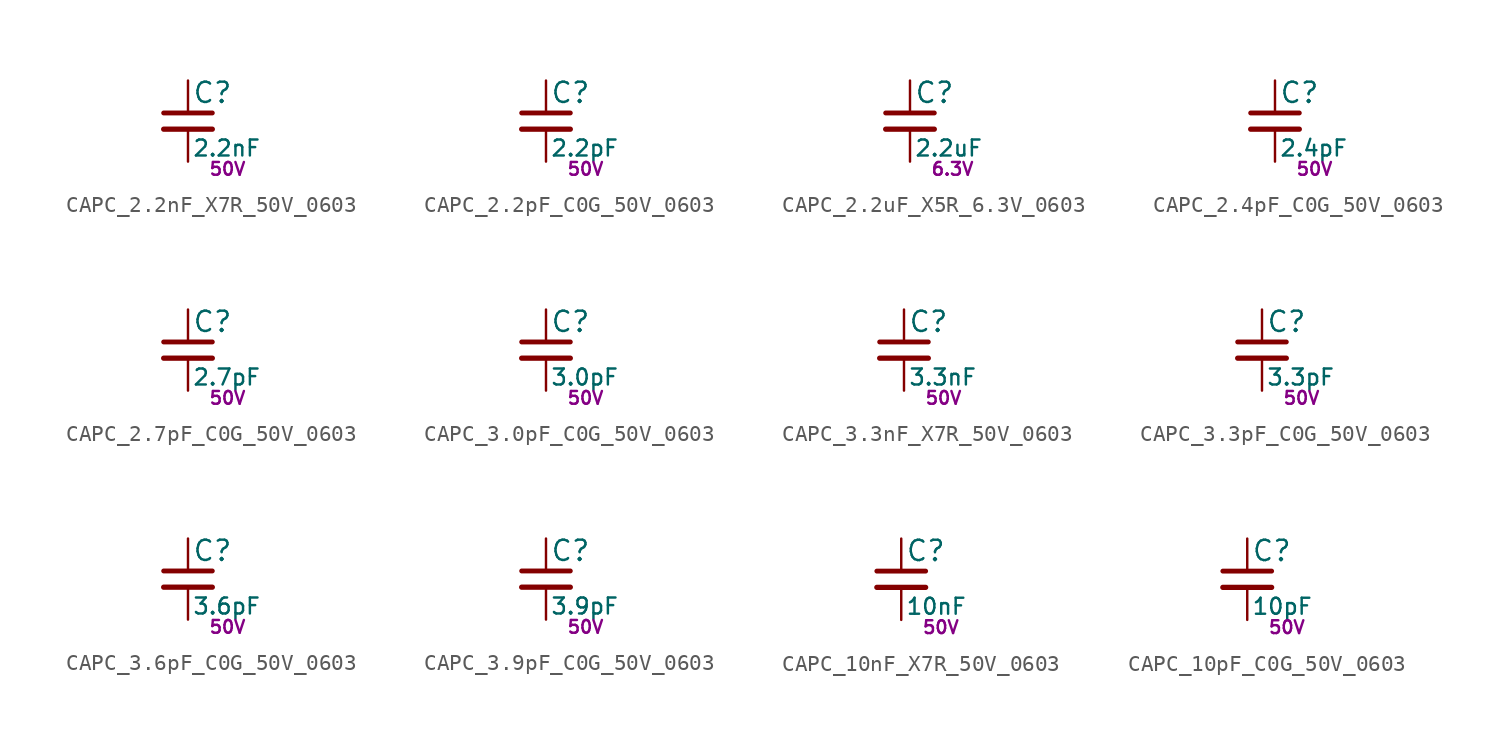
<source format=kicad_sym>
(kicad_symbol_lib
  (version 20211014)
  (generator kicad_LibGenerator)
  (symbol "CAPC_2.2nF_X7R_50V_0603"
    (pin_numbers hide)
    (pin_names
      (offset 0.254) hide)
    (property "Reference" "C"
      (at 0.254 1.778 0)
      (effects (font (size 1.27 1.27)) (justify left)))
    (property "Value" "2.2nF"
      (at 0.254 -1.7 0)
      (effects (font (size 1 1)) (justify left)))
    (property "Voltage" "50V"
      (at 1.27 -3 0)
      (effects (font (size 0.8 0.8)) (justify left)))
    (symbol "CAPC_2.2nF_X7R_50V_0603_0_1"
      (polyline (pts (xy -1.524 -0.508) (xy 1.524 -0.508)) (stroke (width 0.33) (type default) (color 0 0 0 0)) (fill (type none)))
      (polyline (pts (xy -1.524 0.508) (xy 1.524 0.508)) (stroke (width 0.305) (type default) (color 0 0 0 0)) (fill (type none))))
    (symbol "CAPC_2.2nF_X7R_50V_0603_1_1"
      (pin passive line (at 0 2.54 270) (length 2.032) (name "~" (effects (font (size 1.27 1.27)))) (number "1" (effects (font (size 1.27 1.27)))))
      (pin passive line (at 0 -2.54 90) (length 2.032) (name "~" (effects (font (size 1.27 1.27)))) (number "2" (effects (font (size 1.27 1.27)))))))
  (symbol "CAPC_2.2pF_C0G_50V_0603"
    (pin_numbers hide)
    (pin_names
      (offset 0.254) hide)
    (property "Reference" "C"
      (at 0.254 1.778 0)
      (effects (font (size 1.27 1.27)) (justify left)))
    (property "Value" "2.2pF"
      (at 0.254 -1.7 0)
      (effects (font (size 1 1)) (justify left)))
    (property "Voltage" "50V"
      (at 1.27 -3 0)
      (effects (font (size 0.8 0.8)) (justify left)))
    (symbol "CAPC_2.2pF_C0G_50V_0603_0_1"
      (polyline (pts (xy -1.524 -0.508) (xy 1.524 -0.508)) (stroke (width 0.33) (type default) (color 0 0 0 0)) (fill (type none)))
      (polyline (pts (xy -1.524 0.508) (xy 1.524 0.508)) (stroke (width 0.305) (type default) (color 0 0 0 0)) (fill (type none))))
    (symbol "CAPC_2.2pF_C0G_50V_0603_1_1"
      (pin passive line (at 0 2.54 270) (length 2.032) (name "~" (effects (font (size 1.27 1.27)))) (number "1" (effects (font (size 1.27 1.27)))))
      (pin passive line (at 0 -2.54 90) (length 2.032) (name "~" (effects (font (size 1.27 1.27)))) (number "2" (effects (font (size 1.27 1.27)))))))
  (symbol "CAPC_2.2uF_X5R_6.3V_0603"
    (pin_numbers hide)
    (pin_names
      (offset 0.254) hide)
    (property "Reference" "C"
      (at 0.254 1.778 0)
      (effects (font (size 1.27 1.27)) (justify left)))
    (property "Value" "2.2uF"
      (at 0.254 -1.7 0)
      (effects (font (size 1 1)) (justify left)))
    (property "Voltage" "6.3V"
      (at 1.27 -3 0)
      (effects (font (size 0.8 0.8)) (justify left)))
    (symbol "CAPC_2.2uF_X5R_6.3V_0603_0_1"
      (polyline (pts (xy -1.524 -0.508) (xy 1.524 -0.508)) (stroke (width 0.33) (type default) (color 0 0 0 0)) (fill (type none)))
      (polyline (pts (xy -1.524 0.508) (xy 1.524 0.508)) (stroke (width 0.305) (type default) (color 0 0 0 0)) (fill (type none))))
    (symbol "CAPC_2.2uF_X5R_6.3V_0603_1_1"
      (pin passive line (at 0 2.54 270) (length 2.032) (name "~" (effects (font (size 1.27 1.27)))) (number "1" (effects (font (size 1.27 1.27)))))
      (pin passive line (at 0 -2.54 90) (length 2.032) (name "~" (effects (font (size 1.27 1.27)))) (number "2" (effects (font (size 1.27 1.27)))))))
  (symbol "CAPC_2.4pF_C0G_50V_0603"
    (pin_numbers hide)
    (pin_names
      (offset 0.254) hide)
    (property "Reference" "C"
      (at 0.254 1.778 0)
      (effects (font (size 1.27 1.27)) (justify left)))
    (property "Value" "2.4pF"
      (at 0.254 -1.7 0)
      (effects (font (size 1 1)) (justify left)))
    (property "Voltage" "50V"
      (at 1.27 -3 0)
      (effects (font (size 0.8 0.8)) (justify left)))
    (symbol "CAPC_2.4pF_C0G_50V_0603_0_1"
      (polyline (pts (xy -1.524 -0.508) (xy 1.524 -0.508)) (stroke (width 0.33) (type default) (color 0 0 0 0)) (fill (type none)))
      (polyline (pts (xy -1.524 0.508) (xy 1.524 0.508)) (stroke (width 0.305) (type default) (color 0 0 0 0)) (fill (type none))))
    (symbol "CAPC_2.4pF_C0G_50V_0603_1_1"
      (pin passive line (at 0 2.54 270) (length 2.032) (name "~" (effects (font (size 1.27 1.27)))) (number "1" (effects (font (size 1.27 1.27)))))
      (pin passive line (at 0 -2.54 90) (length 2.032) (name "~" (effects (font (size 1.27 1.27)))) (number "2" (effects (font (size 1.27 1.27)))))))
  (symbol "CAPC_2.7pF_C0G_50V_0603"
    (pin_numbers hide)
    (pin_names
      (offset 0.254) hide)
    (property "Reference" "C"
      (at 0.254 1.778 0)
      (effects (font (size 1.27 1.27)) (justify left)))
    (property "Value" "2.7pF"
      (at 0.254 -1.7 0)
      (effects (font (size 1 1)) (justify left)))
    (property "Voltage" "50V"
      (at 1.27 -3 0)
      (effects (font (size 0.8 0.8)) (justify left)))
    (symbol "CAPC_2.7pF_C0G_50V_0603_0_1"
      (polyline (pts (xy -1.524 -0.508) (xy 1.524 -0.508)) (stroke (width 0.33) (type default) (color 0 0 0 0)) (fill (type none)))
      (polyline (pts (xy -1.524 0.508) (xy 1.524 0.508)) (stroke (width 0.305) (type default) (color 0 0 0 0)) (fill (type none))))
    (symbol "CAPC_2.7pF_C0G_50V_0603_1_1"
      (pin passive line (at 0 2.54 270) (length 2.032) (name "~" (effects (font (size 1.27 1.27)))) (number "1" (effects (font (size 1.27 1.27)))))
      (pin passive line (at 0 -2.54 90) (length 2.032) (name "~" (effects (font (size 1.27 1.27)))) (number "2" (effects (font (size 1.27 1.27)))))))
  (symbol "CAPC_3.0pF_C0G_50V_0603"
    (pin_numbers hide)
    (pin_names
      (offset 0.254) hide)
    (property "Reference" "C"
      (at 0.254 1.778 0)
      (effects (font (size 1.27 1.27)) (justify left)))
    (property "Value" "3.0pF"
      (at 0.254 -1.7 0)
      (effects (font (size 1 1)) (justify left)))
    (property "Voltage" "50V"
      (at 1.27 -3 0)
      (effects (font (size 0.8 0.8)) (justify left)))
    (symbol "CAPC_3.0pF_C0G_50V_0603_0_1"
      (polyline (pts (xy -1.524 -0.508) (xy 1.524 -0.508)) (stroke (width 0.33) (type default) (color 0 0 0 0)) (fill (type none)))
      (polyline (pts (xy -1.524 0.508) (xy 1.524 0.508)) (stroke (width 0.305) (type default) (color 0 0 0 0)) (fill (type none))))
    (symbol "CAPC_3.0pF_C0G_50V_0603_1_1"
      (pin passive line (at 0 2.54 270) (length 2.032) (name "~" (effects (font (size 1.27 1.27)))) (number "1" (effects (font (size 1.27 1.27)))))
      (pin passive line (at 0 -2.54 90) (length 2.032) (name "~" (effects (font (size 1.27 1.27)))) (number "2" (effects (font (size 1.27 1.27)))))))
  (symbol "CAPC_3.3nF_X7R_50V_0603"
    (pin_numbers hide)
    (pin_names
      (offset 0.254) hide)
    (property "Reference" "C"
      (at 0.254 1.778 0)
      (effects (font (size 1.27 1.27)) (justify left)))
    (property "Value" "3.3nF"
      (at 0.254 -1.7 0)
      (effects (font (size 1 1)) (justify left)))
    (property "Voltage" "50V"
      (at 1.27 -3 0)
      (effects (font (size 0.8 0.8)) (justify left)))
    (symbol "CAPC_3.3nF_X7R_50V_0603_0_1"
      (polyline (pts (xy -1.524 -0.508) (xy 1.524 -0.508)) (stroke (width 0.33) (type default) (color 0 0 0 0)) (fill (type none)))
      (polyline (pts (xy -1.524 0.508) (xy 1.524 0.508)) (stroke (width 0.305) (type default) (color 0 0 0 0)) (fill (type none))))
    (symbol "CAPC_3.3nF_X7R_50V_0603_1_1"
      (pin passive line (at 0 2.54 270) (length 2.032) (name "~" (effects (font (size 1.27 1.27)))) (number "1" (effects (font (size 1.27 1.27)))))
      (pin passive line (at 0 -2.54 90) (length 2.032) (name "~" (effects (font (size 1.27 1.27)))) (number "2" (effects (font (size 1.27 1.27)))))))
  (symbol "CAPC_3.3pF_C0G_50V_0603"
    (pin_numbers hide)
    (pin_names
      (offset 0.254) hide)
    (property "Reference" "C"
      (at 0.254 1.778 0)
      (effects (font (size 1.27 1.27)) (justify left)))
    (property "Value" "3.3pF"
      (at 0.254 -1.7 0)
      (effects (font (size 1 1)) (justify left)))
    (property "Voltage" "50V"
      (at 1.27 -3 0)
      (effects (font (size 0.8 0.8)) (justify left)))
    (symbol "CAPC_3.3pF_C0G_50V_0603_0_1"
      (polyline (pts (xy -1.524 -0.508) (xy 1.524 -0.508)) (stroke (width 0.33) (type default) (color 0 0 0 0)) (fill (type none)))
      (polyline (pts (xy -1.524 0.508) (xy 1.524 0.508)) (stroke (width 0.305) (type default) (color 0 0 0 0)) (fill (type none))))
    (symbol "CAPC_3.3pF_C0G_50V_0603_1_1"
      (pin passive line (at 0 2.54 270) (length 2.032) (name "~" (effects (font (size 1.27 1.27)))) (number "1" (effects (font (size 1.27 1.27)))))
      (pin passive line (at 0 -2.54 90) (length 2.032) (name "~" (effects (font (size 1.27 1.27)))) (number "2" (effects (font (size 1.27 1.27)))))))
  (symbol "CAPC_3.6pF_C0G_50V_0603"
    (pin_numbers hide)
    (pin_names
      (offset 0.254) hide)
    (property "Reference" "C"
      (at 0.254 1.778 0)
      (effects (font (size 1.27 1.27)) (justify left)))
    (property "Value" "3.6pF"
      (at 0.254 -1.7 0)
      (effects (font (size 1 1)) (justify left)))
    (property "Voltage" "50V"
      (at 1.27 -3 0)
      (effects (font (size 0.8 0.8)) (justify left)))
    (symbol "CAPC_3.6pF_C0G_50V_0603_0_1"
      (polyline (pts (xy -1.524 -0.508) (xy 1.524 -0.508)) (stroke (width 0.33) (type default) (color 0 0 0 0)) (fill (type none)))
      (polyline (pts (xy -1.524 0.508) (xy 1.524 0.508)) (stroke (width 0.305) (type default) (color 0 0 0 0)) (fill (type none))))
    (symbol "CAPC_3.6pF_C0G_50V_0603_1_1"
      (pin passive line (at 0 2.54 270) (length 2.032) (name "~" (effects (font (size 1.27 1.27)))) (number "1" (effects (font (size 1.27 1.27)))))
      (pin passive line (at 0 -2.54 90) (length 2.032) (name "~" (effects (font (size 1.27 1.27)))) (number "2" (effects (font (size 1.27 1.27)))))))
  (symbol "CAPC_3.9pF_C0G_50V_0603"
    (pin_numbers hide)
    (pin_names
      (offset 0.254) hide)
    (property "Reference" "C"
      (at 0.254 1.778 0)
      (effects (font (size 1.27 1.27)) (justify left)))
    (property "Value" "3.9pF"
      (at 0.254 -1.7 0)
      (effects (font (size 1 1)) (justify left)))
    (property "Voltage" "50V"
      (at 1.27 -3 0)
      (effects (font (size 0.8 0.8)) (justify left)))
    (symbol "CAPC_3.9pF_C0G_50V_0603_0_1"
      (polyline (pts (xy -1.524 -0.508) (xy 1.524 -0.508)) (stroke (width 0.33) (type default) (color 0 0 0 0)) (fill (type none)))
      (polyline (pts (xy -1.524 0.508) (xy 1.524 0.508)) (stroke (width 0.305) (type default) (color 0 0 0 0)) (fill (type none))))
    (symbol "CAPC_3.9pF_C0G_50V_0603_1_1"
      (pin passive line (at 0 2.54 270) (length 2.032) (name "~" (effects (font (size 1.27 1.27)))) (number "1" (effects (font (size 1.27 1.27)))))
      (pin passive line (at 0 -2.54 90) (length 2.032) (name "~" (effects (font (size 1.27 1.27)))) (number "2" (effects (font (size 1.27 1.27)))))))
  (symbol "CAPC_10nF_X7R_50V_0603"
    (pin_numbers hide)
    (pin_names
      (offset 0.254) hide)
    (property "Reference" "C"
      (at 0.254 1.778 0)
      (effects (font (size 1.27 1.27)) (justify left)))
    (property "Value" "10nF"
      (at 0.254 -1.7 0)
      (effects (font (size 1 1)) (justify left)))
    (property "Voltage" "50V"
      (at 1.27 -3 0)
      (effects (font (size 0.8 0.8)) (justify left)))
    (symbol "CAPC_10nF_X7R_50V_0603_0_1"
      (polyline (pts (xy -1.524 -0.508) (xy 1.524 -0.508)) (stroke (width 0.33) (type default) (color 0 0 0 0)) (fill (type none)))
      (polyline (pts (xy -1.524 0.508) (xy 1.524 0.508)) (stroke (width 0.305) (type default) (color 0 0 0 0)) (fill (type none))))
    (symbol "CAPC_10nF_X7R_50V_0603_1_1"
      (pin passive line (at 0 2.54 270) (length 2.032) (name "~" (effects (font (size 1.27 1.27)))) (number "1" (effects (font (size 1.27 1.27)))))
      (pin passive line (at 0 -2.54 90) (length 2.032) (name "~" (effects (font (size 1.27 1.27)))) (number "2" (effects (font (size 1.27 1.27)))))))
  (symbol "CAPC_10pF_C0G_50V_0603"
    (pin_numbers hide)
    (pin_names
      (offset 0.254) hide)
    (property "Reference" "C"
      (at 0.254 1.778 0)
      (effects (font (size 1.27 1.27)) (justify left)))
    (property "Value" "10pF"
      (at 0.254 -1.7 0)
      (effects (font (size 1 1)) (justify left)))
    (property "Voltage" "50V"
      (at 1.27 -3 0)
      (effects (font (size 0.8 0.8)) (justify left)))
    (symbol "CAPC_10pF_C0G_50V_0603_0_1"
      (polyline (pts (xy -1.524 -0.508) (xy 1.524 -0.508)) (stroke (width 0.33) (type default) (color 0 0 0 0)) (fill (type none)))
      (polyline (pts (xy -1.524 0.508) (xy 1.524 0.508)) (stroke (width 0.305) (type default) (color 0 0 0 0)) (fill (type none))))
    (symbol "CAPC_10pF_C0G_50V_0603_1_1"
      (pin passive line (at 0 2.54 270) (length 2.032) (name "~" (effects (font (size 1.27 1.27)))) (number "1" (effects (font (size 1.27 1.27)))))
      (pin passive line (at 0 -2.54 90) (length 2.032) (name "~" (effects (font (size 1.27 1.27)))) (number "2" (effects (font (size 1.27 1.27))))))))
</source>
